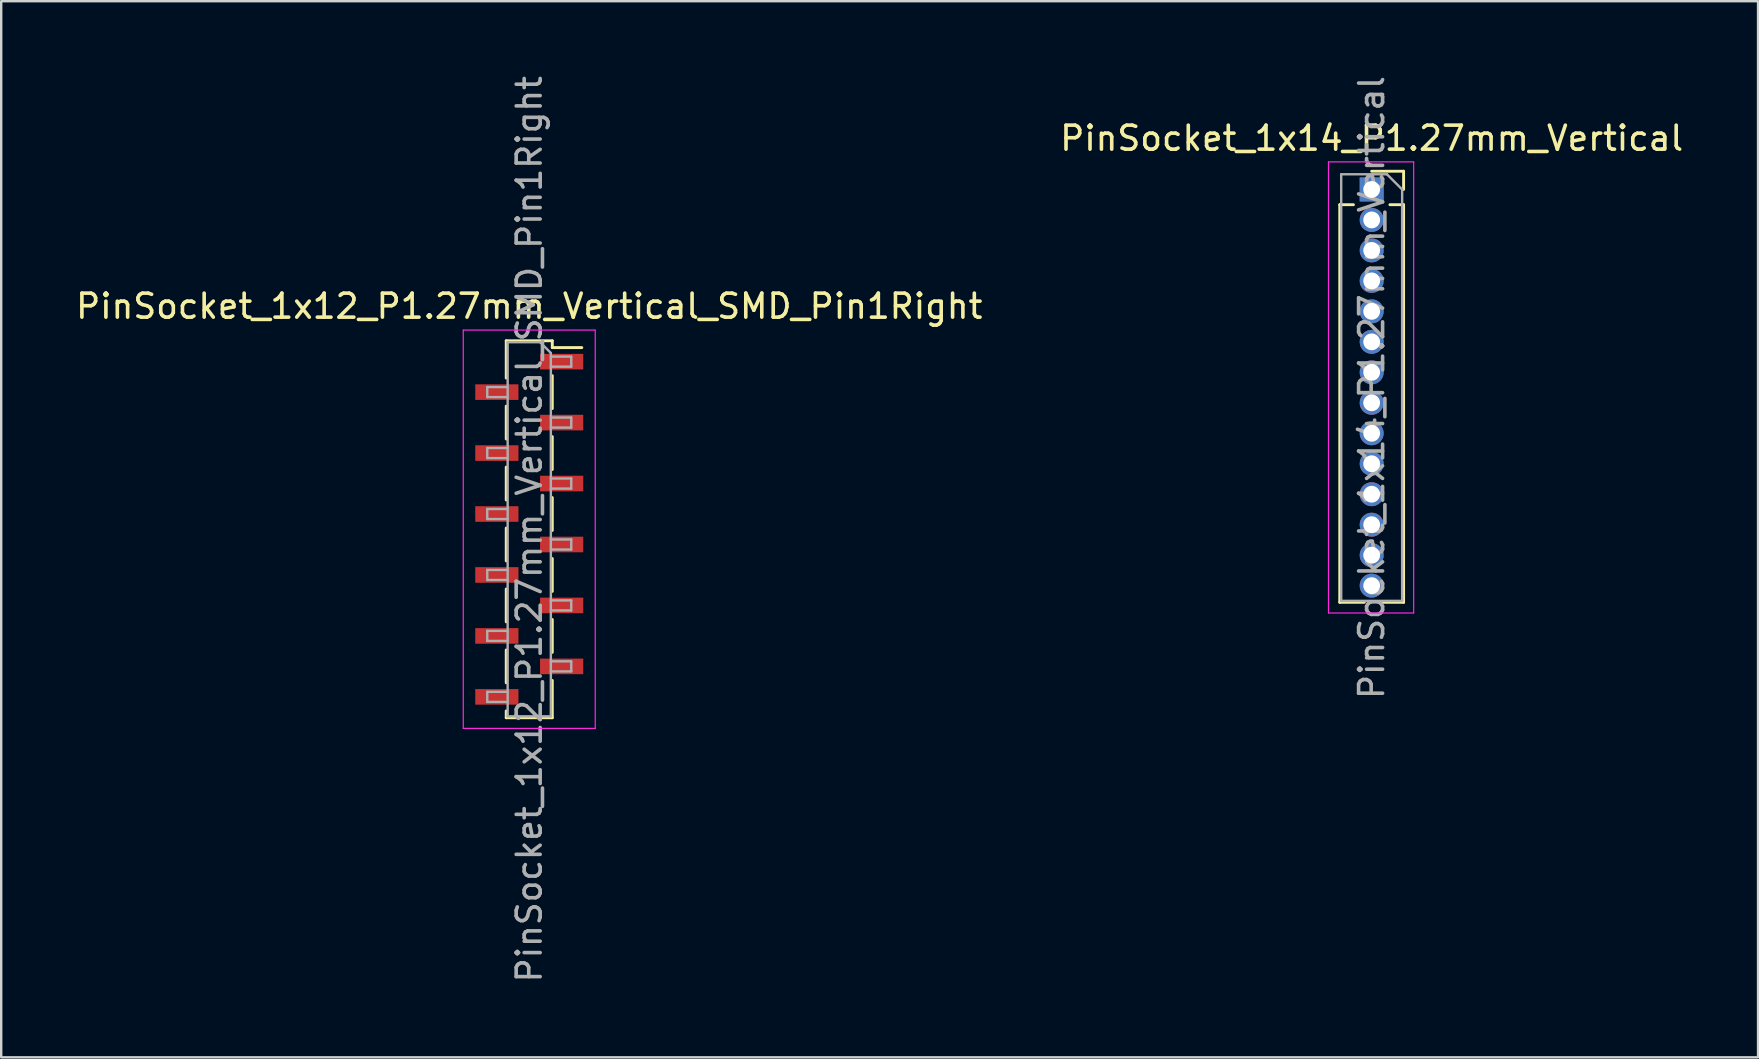
<source format=kicad_pcb>
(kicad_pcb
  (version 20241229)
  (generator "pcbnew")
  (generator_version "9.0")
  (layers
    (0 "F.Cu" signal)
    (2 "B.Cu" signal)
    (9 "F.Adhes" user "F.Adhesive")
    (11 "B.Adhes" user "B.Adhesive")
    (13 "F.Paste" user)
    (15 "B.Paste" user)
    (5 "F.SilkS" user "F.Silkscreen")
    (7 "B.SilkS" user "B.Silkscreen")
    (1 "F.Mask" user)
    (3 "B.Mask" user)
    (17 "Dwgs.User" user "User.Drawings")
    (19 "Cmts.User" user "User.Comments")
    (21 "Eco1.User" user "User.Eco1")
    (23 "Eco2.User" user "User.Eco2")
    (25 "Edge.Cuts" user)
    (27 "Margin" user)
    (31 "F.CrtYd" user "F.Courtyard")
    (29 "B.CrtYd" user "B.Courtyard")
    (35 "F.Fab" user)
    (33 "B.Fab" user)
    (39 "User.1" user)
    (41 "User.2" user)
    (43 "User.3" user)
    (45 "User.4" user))
  (footprint "PinSocket_1x14_P1.27mm_Vertical"
    (layer "F.Cu")
    (at 54.113 4.846)
    (property "Reference" "PinSocket_1x14_P1.27mm_Vertical" (at 0 -2.135 0) (layer "F.SilkS") (effects (font (size 1 1) (thickness 0.15))))
    (attr through_hole)
    (fp_line (start -1.33 0.635) (end -1.33 17.205) (stroke (width 0.12) (type solid)) (layer "F.SilkS"))
    (fp_line (start -1.33 0.635) (end -0.76 0.635) (stroke (width 0.12) (type solid)) (layer "F.SilkS"))
    (fp_line (start -1.33 17.205) (end -0.308 17.205) (stroke (width 0.12) (type solid)) (layer "F.SilkS"))
    (fp_line (start 0 -0.76) (end 1.33 -0.76) (stroke (width 0.12) (type solid)) (layer "F.SilkS"))
    (fp_line (start 0.308 17.205) (end 1.33 17.205) (stroke (width 0.12) (type solid)) (layer "F.SilkS"))
    (fp_line (start 0.76 0.635) (end 1.33 0.635) (stroke (width 0.12) (type solid)) (layer "F.SilkS"))
    (fp_line (start 1.33 -0.76) (end 1.33 0) (stroke (width 0.12) (type solid)) (layer "F.SilkS"))
    (fp_line (start 1.33 0.635) (end 1.33 17.205) (stroke (width 0.12) (type solid)) (layer "F.SilkS"))
    (fp_line (start -1.8 -1.15) (end 1.75 -1.15) (stroke (width 0.05) (type solid)) (layer "F.CrtYd"))
    (fp_line (start -1.8 17.65) (end -1.8 -1.15) (stroke (width 0.05) (type solid)) (layer "F.CrtYd"))
    (fp_line (start 1.75 -1.15) (end 1.75 17.65) (stroke (width 0.05) (type solid)) (layer "F.CrtYd"))
    (fp_line (start 1.75 17.65) (end -1.8 17.65) (stroke (width 0.05) (type solid)) (layer "F.CrtYd"))
    (fp_line (start -1.27 -0.635) (end 0.635 -0.635) (stroke (width 0.1) (type solid)) (layer "F.Fab"))
    (fp_line (start -1.27 17.145) (end -1.27 -0.635) (stroke (width 0.1) (type solid)) (layer "F.Fab"))
    (fp_line (start 0.635 -0.635) (end 1.27 0) (stroke (width 0.1) (type solid)) (layer "F.Fab"))
    (fp_line (start 1.27 0) (end 1.27 17.145) (stroke (width 0.1) (type solid)) (layer "F.Fab"))
    (fp_line (start 1.27 17.145) (end -1.27 17.145) (stroke (width 0.1) (type solid)) (layer "F.Fab"))
    (fp_text user "${REFERENCE}" (at 0 8.255 90) (layer "F.Fab") (effects (font (size 1 1) (thickness 0.15))))
    (pad "1" thru_hole rect (at 0 0) (size 1 1) (drill 0.7) (layers "*.Cu" "*.Mask"))
    (pad "2" thru_hole oval (at 0 1.27) (size 1 1) (drill 0.7) (layers "*.Cu" "*.Mask"))
    (pad "3" thru_hole oval (at 0 2.54) (size 1 1) (drill 0.7) (layers "*.Cu" "*.Mask"))
    (pad "4" thru_hole oval (at 0 3.81) (size 1 1) (drill 0.7) (layers "*.Cu" "*.Mask"))
    (pad "5" thru_hole oval (at 0 5.08) (size 1 1) (drill 0.7) (layers "*.Cu" "*.Mask"))
    (pad "6" thru_hole oval (at 0 6.35) (size 1 1) (drill 0.7) (layers "*.Cu" "*.Mask"))
    (pad "7" thru_hole oval (at 0 7.62) (size 1 1) (drill 0.7) (layers "*.Cu" "*.Mask"))
    (pad "8" thru_hole oval (at 0 8.89) (size 1 1) (drill 0.7) (layers "*.Cu" "*.Mask"))
    (pad "9" thru_hole oval (at 0 10.16) (size 1 1) (drill 0.7) (layers "*.Cu" "*.Mask"))
    (pad "10" thru_hole oval (at 0 11.43) (size 1 1) (drill 0.7) (layers "*.Cu" "*.Mask"))
    (pad "11" thru_hole oval (at 0 12.7) (size 1 1) (drill 0.7) (layers "*.Cu" "*.Mask"))
    (pad "12" thru_hole oval (at 0 13.97) (size 1 1) (drill 0.7) (layers "*.Cu" "*.Mask"))
    (pad "13" thru_hole oval (at 0 15.24) (size 1 1) (drill 0.7) (layers "*.Cu" "*.Mask"))
    (pad "14" thru_hole oval (at 0 16.51) (size 1 1) (drill 0.7) (layers "*.Cu" "*.Mask")))
  (footprint "PinSocket_1x12_P1.27mm_Vertical_SMD_Pin1Right"
    (layer "F.Cu")
    (at 19.006 19.006)
    (property "Reference" "PinSocket_1x12_P1.27mm_Vertical_SMD_Pin1Right" (at 0 -9.295 0) (layer "F.SilkS") (effects (font (size 1 1) (thickness 0.15))))
    (attr smd)
    (fp_line (start -0.96 -7.855) (end -0.96 -6.3) (stroke (width 0.12) (type solid)) (layer "F.SilkS"))
    (fp_line (start -0.96 -7.855) (end 0.96 -7.855) (stroke (width 0.12) (type solid)) (layer "F.SilkS"))
    (fp_line (start -0.96 -5.13) (end -0.96 -3.76) (stroke (width 0.12) (type solid)) (layer "F.SilkS"))
    (fp_line (start -0.96 -2.59) (end -0.96 -1.22) (stroke (width 0.12) (type solid)) (layer "F.SilkS"))
    (fp_line (start -0.96 -0.05) (end -0.96 1.32) (stroke (width 0.12) (type solid)) (layer "F.SilkS"))
    (fp_line (start -0.96 2.49) (end -0.96 3.86) (stroke (width 0.12) (type solid)) (layer "F.SilkS"))
    (fp_line (start -0.96 5.03) (end -0.96 6.4) (stroke (width 0.12) (type solid)) (layer "F.SilkS"))
    (fp_line (start -0.96 7.57) (end -0.96 7.855) (stroke (width 0.12) (type solid)) (layer "F.SilkS"))
    (fp_line (start -0.96 7.855) (end 0.96 7.855) (stroke (width 0.12) (type solid)) (layer "F.SilkS"))
    (fp_line (start 0.96 -7.855) (end 0.96 -7.57) (stroke (width 0.12) (type solid)) (layer "F.SilkS"))
    (fp_line (start 0.96 -7.57) (end 2.19 -7.57) (stroke (width 0.12) (type solid)) (layer "F.SilkS"))
    (fp_line (start 0.96 -6.4) (end 0.96 -5.03) (stroke (width 0.12) (type solid)) (layer "F.SilkS"))
    (fp_line (start 0.96 -3.86) (end 0.96 -2.49) (stroke (width 0.12) (type solid)) (layer "F.SilkS"))
    (fp_line (start 0.96 -1.32) (end 0.96 0.05) (stroke (width 0.12) (type solid)) (layer "F.SilkS"))
    (fp_line (start 0.96 1.22) (end 0.96 2.59) (stroke (width 0.12) (type solid)) (layer "F.SilkS"))
    (fp_line (start 0.96 3.76) (end 0.96 5.13) (stroke (width 0.12) (type solid)) (layer "F.SilkS"))
    (fp_line (start 0.96 6.3) (end 0.96 7.855) (stroke (width 0.12) (type solid)) (layer "F.SilkS"))
    (fp_line (start -2.75 -8.3) (end 2.75 -8.3) (stroke (width 0.05) (type solid)) (layer "F.CrtYd"))
    (fp_line (start -2.75 8.3) (end -2.75 -8.3) (stroke (width 0.05) (type solid)) (layer "F.CrtYd"))
    (fp_line (start 2.75 -8.3) (end 2.75 8.3) (stroke (width 0.05) (type solid)) (layer "F.CrtYd"))
    (fp_line (start 2.75 8.3) (end -2.75 8.3) (stroke (width 0.05) (type solid)) (layer "F.CrtYd"))
    (fp_line (start -1.75 -5.925) (end -0.9 -5.925) (stroke (width 0.1) (type solid)) (layer "F.Fab"))
    (fp_line (start -1.75 -5.505) (end -1.75 -5.925) (stroke (width 0.1) (type solid)) (layer "F.Fab"))
    (fp_line (start -1.75 -3.385) (end -0.9 -3.385) (stroke (width 0.1) (type solid)) (layer "F.Fab"))
    (fp_line (start -1.75 -2.965) (end -1.75 -3.385) (stroke (width 0.1) (type solid)) (layer "F.Fab"))
    (fp_line (start -1.75 -0.845) (end -0.9 -0.845) (stroke (width 0.1) (type solid)) (layer "F.Fab"))
    (fp_line (start -1.75 -0.425) (end -1.75 -0.845) (stroke (width 0.1) (type solid)) (layer "F.Fab"))
    (fp_line (start -1.75 1.695) (end -0.9 1.695) (stroke (width 0.1) (type solid)) (layer "F.Fab"))
    (fp_line (start -1.75 2.115) (end -1.75 1.695) (stroke (width 0.1) (type solid)) (layer "F.Fab"))
    (fp_line (start -1.75 4.235) (end -0.9 4.235) (stroke (width 0.1) (type solid)) (layer "F.Fab"))
    (fp_line (start -1.75 4.655) (end -1.75 4.235) (stroke (width 0.1) (type solid)) (layer "F.Fab"))
    (fp_line (start -1.75 6.775) (end -0.9 6.775) (stroke (width 0.1) (type solid)) (layer "F.Fab"))
    (fp_line (start -1.75 7.195) (end -1.75 6.775) (stroke (width 0.1) (type solid)) (layer "F.Fab"))
    (fp_line (start -0.9 -7.795) (end 0.45 -7.795) (stroke (width 0.1) (type solid)) (layer "F.Fab"))
    (fp_line (start -0.9 -5.505) (end -1.75 -5.505) (stroke (width 0.1) (type solid)) (layer "F.Fab"))
    (fp_line (start -0.9 -2.965) (end -1.75 -2.965) (stroke (width 0.1) (type solid)) (layer "F.Fab"))
    (fp_line (start -0.9 -0.425) (end -1.75 -0.425) (stroke (width 0.1) (type solid)) (layer "F.Fab"))
    (fp_line (start -0.9 2.115) (end -1.75 2.115) (stroke (width 0.1) (type solid)) (layer "F.Fab"))
    (fp_line (start -0.9 4.655) (end -1.75 4.655) (stroke (width 0.1) (type solid)) (layer "F.Fab"))
    (fp_line (start -0.9 7.195) (end -1.75 7.195) (stroke (width 0.1) (type solid)) (layer "F.Fab"))
    (fp_line (start -0.9 7.795) (end -0.9 -7.795) (stroke (width 0.1) (type solid)) (layer "F.Fab"))
    (fp_line (start 0.45 -7.795) (end 0.9 -7.345) (stroke (width 0.1) (type solid)) (layer "F.Fab"))
    (fp_line (start 0.9 -7.345) (end 0.9 7.795) (stroke (width 0.1) (type solid)) (layer "F.Fab"))
    (fp_line (start 0.9 -7.195) (end 1.75 -7.195) (stroke (width 0.1) (type solid)) (layer "F.Fab"))
    (fp_line (start 0.9 -4.655) (end 1.75 -4.655) (stroke (width 0.1) (type solid)) (layer "F.Fab"))
    (fp_line (start 0.9 -2.115) (end 1.75 -2.115) (stroke (width 0.1) (type solid)) (layer "F.Fab"))
    (fp_line (start 0.9 0.425) (end 1.75 0.425) (stroke (width 0.1) (type solid)) (layer "F.Fab"))
    (fp_line (start 0.9 2.965) (end 1.75 2.965) (stroke (width 0.1) (type solid)) (layer "F.Fab"))
    (fp_line (start 0.9 5.505) (end 1.75 5.505) (stroke (width 0.1) (type solid)) (layer "F.Fab"))
    (fp_line (start 0.9 7.795) (end -0.9 7.795) (stroke (width 0.1) (type solid)) (layer "F.Fab"))
    (fp_line (start 1.75 -7.195) (end 1.75 -6.775) (stroke (width 0.1) (type solid)) (layer "F.Fab"))
    (fp_line (start 1.75 -6.775) (end 0.9 -6.775) (stroke (width 0.1) (type solid)) (layer "F.Fab"))
    (fp_line (start 1.75 -4.655) (end 1.75 -4.235) (stroke (width 0.1) (type solid)) (layer "F.Fab"))
    (fp_line (start 1.75 -4.235) (end 0.9 -4.235) (stroke (width 0.1) (type solid)) (layer "F.Fab"))
    (fp_line (start 1.75 -2.115) (end 1.75 -1.695) (stroke (width 0.1) (type solid)) (layer "F.Fab"))
    (fp_line (start 1.75 -1.695) (end 0.9 -1.695) (stroke (width 0.1) (type solid)) (layer "F.Fab"))
    (fp_line (start 1.75 0.425) (end 1.75 0.845) (stroke (width 0.1) (type solid)) (layer "F.Fab"))
    (fp_line (start 1.75 0.845) (end 0.9 0.845) (stroke (width 0.1) (type solid)) (layer "F.Fab"))
    (fp_line (start 1.75 2.965) (end 1.75 3.385) (stroke (width 0.1) (type solid)) (layer "F.Fab"))
    (fp_line (start 1.75 3.385) (end 0.9 3.385) (stroke (width 0.1) (type solid)) (layer "F.Fab"))
    (fp_line (start 1.75 5.505) (end 1.75 5.925) (stroke (width 0.1) (type solid)) (layer "F.Fab"))
    (fp_line (start 1.75 5.925) (end 0.9 5.925) (stroke (width 0.1) (type solid)) (layer "F.Fab"))
    (fp_text user "${REFERENCE}" (at 0 0 90) (layer "F.Fab") (effects (font (size 1 1) (thickness 0.15))))
    (pad "1" smd rect (at 1.35 -6.985) (size 1.8 0.65) (layers "F.Cu" "F.Mask" "F.Paste"))
    (pad "2" smd rect (at -1.35 -5.715) (size 1.8 0.65) (layers "F.Cu" "F.Mask" "F.Paste"))
    (pad "3" smd rect (at 1.35 -4.445) (size 1.8 0.65) (layers "F.Cu" "F.Mask" "F.Paste"))
    (pad "4" smd rect (at -1.35 -3.175) (size 1.8 0.65) (layers "F.Cu" "F.Mask" "F.Paste"))
    (pad "5" smd rect (at 1.35 -1.905) (size 1.8 0.65) (layers "F.Cu" "F.Mask" "F.Paste"))
    (pad "6" smd rect (at -1.35 -0.635) (size 1.8 0.65) (layers "F.Cu" "F.Mask" "F.Paste"))
    (pad "7" smd rect (at 1.35 0.635) (size 1.8 0.65) (layers "F.Cu" "F.Mask" "F.Paste"))
    (pad "8" smd rect (at -1.35 1.905) (size 1.8 0.65) (layers "F.Cu" "F.Mask" "F.Paste"))
    (pad "9" smd rect (at 1.35 3.175) (size 1.8 0.65) (layers "F.Cu" "F.Mask" "F.Paste"))
    (pad "10" smd rect (at -1.35 4.445) (size 1.8 0.65) (layers "F.Cu" "F.Mask" "F.Paste"))
    (pad "11" smd rect (at 1.35 5.715) (size 1.8 0.65) (layers "F.Cu" "F.Mask" "F.Paste"))
    (pad "12" smd rect (at -1.35 6.985) (size 1.8 0.65) (layers "F.Cu" "F.Mask" "F.Paste")))
  (gr_rect
    (start -3 -3)
    (end 70.214 41.012)
    (stroke (width 0.1) (type default))
    (fill no)
    (layer "Edge.Cuts")))
</source>
